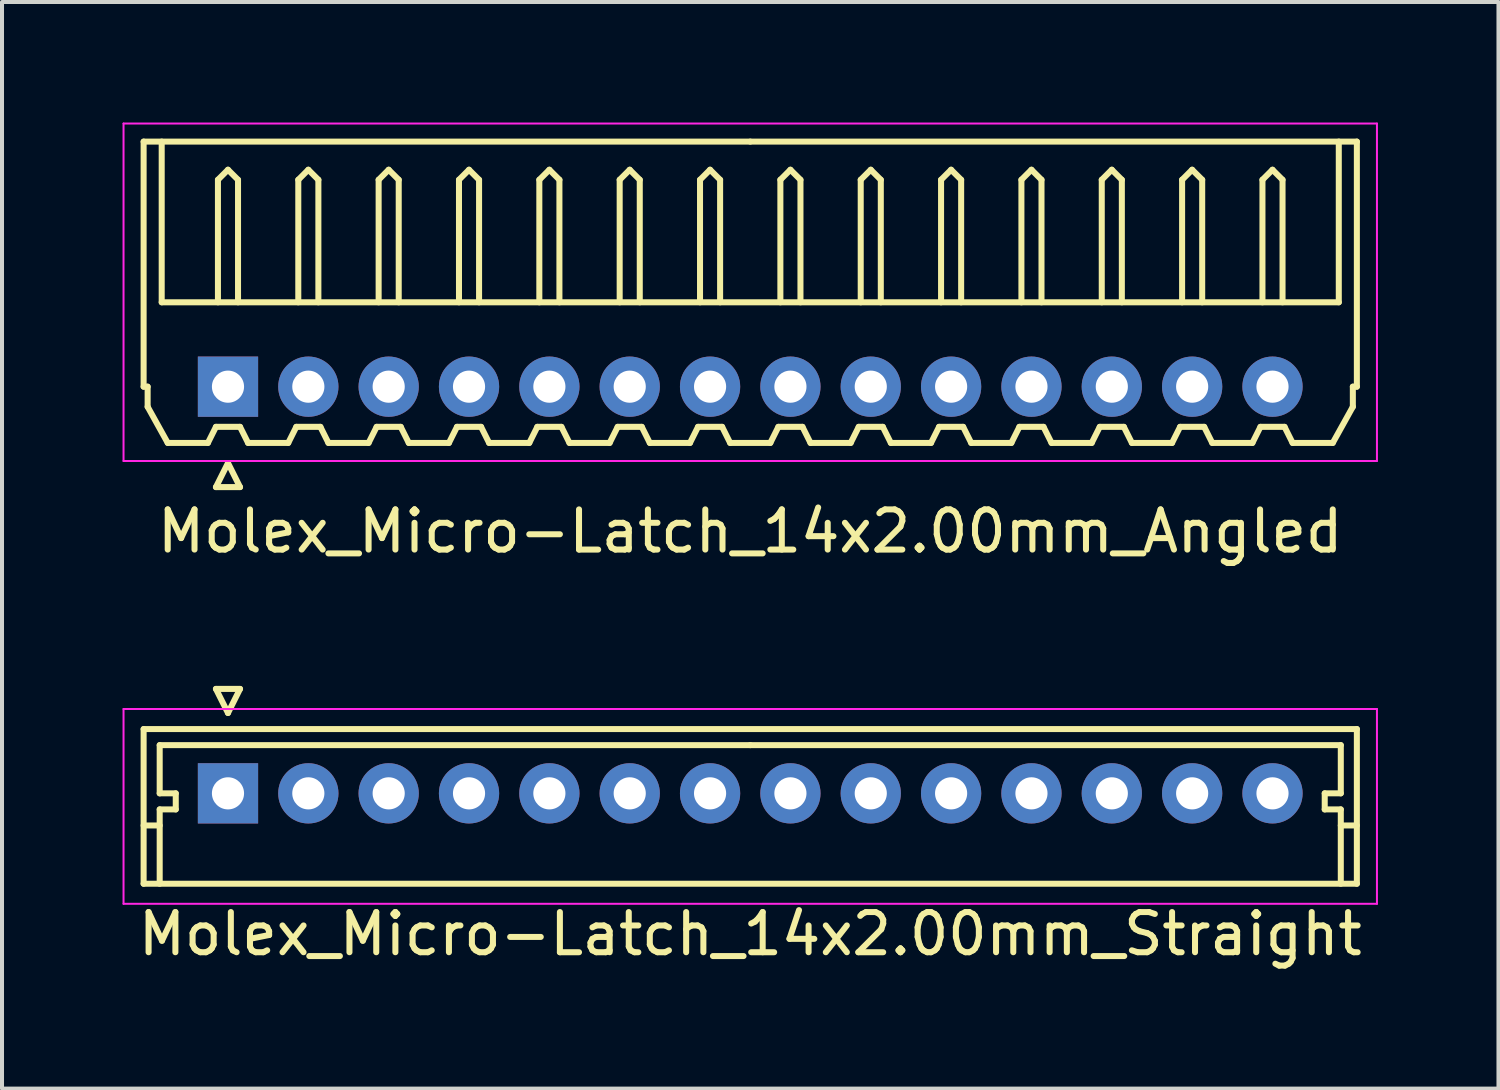
<source format=kicad_pcb>
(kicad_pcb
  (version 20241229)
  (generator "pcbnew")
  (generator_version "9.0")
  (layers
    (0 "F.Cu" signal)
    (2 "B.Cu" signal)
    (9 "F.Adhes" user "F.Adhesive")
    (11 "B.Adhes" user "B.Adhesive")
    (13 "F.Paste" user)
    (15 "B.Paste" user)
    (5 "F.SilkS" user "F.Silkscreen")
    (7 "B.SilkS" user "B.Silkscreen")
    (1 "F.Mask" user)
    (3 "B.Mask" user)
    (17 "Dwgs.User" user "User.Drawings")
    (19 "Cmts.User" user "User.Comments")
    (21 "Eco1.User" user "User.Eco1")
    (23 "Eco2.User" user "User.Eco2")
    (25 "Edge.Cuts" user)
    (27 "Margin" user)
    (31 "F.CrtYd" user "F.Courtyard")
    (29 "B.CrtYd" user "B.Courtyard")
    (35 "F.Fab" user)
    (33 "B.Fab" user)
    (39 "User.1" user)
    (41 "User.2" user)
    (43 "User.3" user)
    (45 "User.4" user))
  (footprint "Molex_Micro-Latch_14x2.00mm_Angled"
    (layer "F.Cu")
    (at 2.625 6.575)
    (property "Reference" "Molex_Micro-Latch_14x2.00mm_Angled" (at 13 3.6 0) (layer "F.SilkS") (effects (font (size 1 1) (thickness 0.15))))
    (attr through_hole)
    (fp_line (start -2.1 -6.1) (end 13 -6.1) (stroke (width 0.15) (type solid)) (layer "F.SilkS"))
    (fp_line (start -2.1 0) (end -2.1 -6.1) (stroke (width 0.15) (type solid)) (layer "F.SilkS"))
    (fp_line (start -2 0) (end -2.1 0) (stroke (width 0.15) (type solid)) (layer "F.SilkS"))
    (fp_line (start -2 0.5) (end -2 0) (stroke (width 0.15) (type solid)) (layer "F.SilkS"))
    (fp_line (start -1.65 -6.1) (end -1.65 -2.1) (stroke (width 0.15) (type solid)) (layer "F.SilkS"))
    (fp_line (start -1.65 -2.1) (end 27.65 -2.1) (stroke (width 0.15) (type solid)) (layer "F.SilkS"))
    (fp_line (start -1.5 1.4) (end -2 0.5) (stroke (width 0.15) (type solid)) (layer "F.SilkS"))
    (fp_line (start -0.5 1.4) (end -1.5 1.4) (stroke (width 0.15) (type solid)) (layer "F.SilkS"))
    (fp_line (start -0.3 1) (end -0.5 1.4) (stroke (width 0.15) (type solid)) (layer "F.SilkS"))
    (fp_line (start -0.3 1) (end 0.3 1) (stroke (width 0.15) (type solid)) (layer "F.SilkS"))
    (fp_line (start -0.3 2.5) (end 0.3 2.5) (stroke (width 0.15) (type solid)) (layer "F.SilkS"))
    (fp_line (start -0.25 -5.15) (end 0 -5.4) (stroke (width 0.15) (type solid)) (layer "F.SilkS"))
    (fp_line (start -0.25 -2.1) (end -0.25 -5.15) (stroke (width 0.15) (type solid)) (layer "F.SilkS"))
    (fp_line (start 0 -5.4) (end 0.25 -5.15) (stroke (width 0.15) (type solid)) (layer "F.SilkS"))
    (fp_line (start 0 1.9) (end -0.3 2.5) (stroke (width 0.15) (type solid)) (layer "F.SilkS"))
    (fp_line (start 0.25 -5.15) (end 0.25 -2.1) (stroke (width 0.15) (type solid)) (layer "F.SilkS"))
    (fp_line (start 0.3 1) (end 0.5 1.4) (stroke (width 0.15) (type solid)) (layer "F.SilkS"))
    (fp_line (start 0.3 2.5) (end 0 1.9) (stroke (width 0.15) (type solid)) (layer "F.SilkS"))
    (fp_line (start 0.5 1.4) (end 1.5 1.4) (stroke (width 0.15) (type solid)) (layer "F.SilkS"))
    (fp_line (start 1.5 1.4) (end 1.7 1) (stroke (width 0.15) (type solid)) (layer "F.SilkS"))
    (fp_line (start 1.7 1) (end 2.3 1) (stroke (width 0.15) (type solid)) (layer "F.SilkS"))
    (fp_line (start 1.75 -5.15) (end 2 -5.4) (stroke (width 0.15) (type solid)) (layer "F.SilkS"))
    (fp_line (start 1.75 -2.1) (end 1.75 -5.15) (stroke (width 0.15) (type solid)) (layer "F.SilkS"))
    (fp_line (start 2 -5.4) (end 2.25 -5.15) (stroke (width 0.15) (type solid)) (layer "F.SilkS"))
    (fp_line (start 2.25 -5.15) (end 2.25 -2.1) (stroke (width 0.15) (type solid)) (layer "F.SilkS"))
    (fp_line (start 2.3 1) (end 2.5 1.4) (stroke (width 0.15) (type solid)) (layer "F.SilkS"))
    (fp_line (start 2.5 1.4) (end 3.5 1.4) (stroke (width 0.15) (type solid)) (layer "F.SilkS"))
    (fp_line (start 3.5 1.4) (end 3.7 1) (stroke (width 0.15) (type solid)) (layer "F.SilkS"))
    (fp_line (start 3.7 1) (end 4.3 1) (stroke (width 0.15) (type solid)) (layer "F.SilkS"))
    (fp_line (start 3.75 -5.15) (end 4 -5.4) (stroke (width 0.15) (type solid)) (layer "F.SilkS"))
    (fp_line (start 3.75 -2.1) (end 3.75 -5.15) (stroke (width 0.15) (type solid)) (layer "F.SilkS"))
    (fp_line (start 4 -5.4) (end 4.25 -5.15) (stroke (width 0.15) (type solid)) (layer "F.SilkS"))
    (fp_line (start 4.25 -5.15) (end 4.25 -2.1) (stroke (width 0.15) (type solid)) (layer "F.SilkS"))
    (fp_line (start 4.3 1) (end 4.5 1.4) (stroke (width 0.15) (type solid)) (layer "F.SilkS"))
    (fp_line (start 4.5 1.4) (end 5.5 1.4) (stroke (width 0.15) (type solid)) (layer "F.SilkS"))
    (fp_line (start 5.5 1.4) (end 5.7 1) (stroke (width 0.15) (type solid)) (layer "F.SilkS"))
    (fp_line (start 5.7 1) (end 6.3 1) (stroke (width 0.15) (type solid)) (layer "F.SilkS"))
    (fp_line (start 5.75 -5.15) (end 6 -5.4) (stroke (width 0.15) (type solid)) (layer "F.SilkS"))
    (fp_line (start 5.75 -2.1) (end 5.75 -5.15) (stroke (width 0.15) (type solid)) (layer "F.SilkS"))
    (fp_line (start 6 -5.4) (end 6.25 -5.15) (stroke (width 0.15) (type solid)) (layer "F.SilkS"))
    (fp_line (start 6.25 -5.15) (end 6.25 -2.1) (stroke (width 0.15) (type solid)) (layer "F.SilkS"))
    (fp_line (start 6.3 1) (end 6.5 1.4) (stroke (width 0.15) (type solid)) (layer "F.SilkS"))
    (fp_line (start 6.5 1.4) (end 7.5 1.4) (stroke (width 0.15) (type solid)) (layer "F.SilkS"))
    (fp_line (start 7.5 1.4) (end 7.7 1) (stroke (width 0.15) (type solid)) (layer "F.SilkS"))
    (fp_line (start 7.7 1) (end 8.3 1) (stroke (width 0.15) (type solid)) (layer "F.SilkS"))
    (fp_line (start 7.75 -5.15) (end 8 -5.4) (stroke (width 0.15) (type solid)) (layer "F.SilkS"))
    (fp_line (start 7.75 -2.1) (end 7.75 -5.15) (stroke (width 0.15) (type solid)) (layer "F.SilkS"))
    (fp_line (start 8 -5.4) (end 8.25 -5.15) (stroke (width 0.15) (type solid)) (layer "F.SilkS"))
    (fp_line (start 8.25 -5.15) (end 8.25 -2.1) (stroke (width 0.15) (type solid)) (layer "F.SilkS"))
    (fp_line (start 8.3 1) (end 8.5 1.4) (stroke (width 0.15) (type solid)) (layer "F.SilkS"))
    (fp_line (start 8.5 1.4) (end 9.5 1.4) (stroke (width 0.15) (type solid)) (layer "F.SilkS"))
    (fp_line (start 9.5 1.4) (end 9.7 1) (stroke (width 0.15) (type solid)) (layer "F.SilkS"))
    (fp_line (start 9.7 1) (end 10.3 1) (stroke (width 0.15) (type solid)) (layer "F.SilkS"))
    (fp_line (start 9.75 -5.15) (end 10 -5.4) (stroke (width 0.15) (type solid)) (layer "F.SilkS"))
    (fp_line (start 9.75 -2.1) (end 9.75 -5.15) (stroke (width 0.15) (type solid)) (layer "F.SilkS"))
    (fp_line (start 10 -5.4) (end 10.25 -5.15) (stroke (width 0.15) (type solid)) (layer "F.SilkS"))
    (fp_line (start 10.25 -5.15) (end 10.25 -2.1) (stroke (width 0.15) (type solid)) (layer "F.SilkS"))
    (fp_line (start 10.3 1) (end 10.5 1.4) (stroke (width 0.15) (type solid)) (layer "F.SilkS"))
    (fp_line (start 10.5 1.4) (end 11.5 1.4) (stroke (width 0.15) (type solid)) (layer "F.SilkS"))
    (fp_line (start 11.5 1.4) (end 11.7 1) (stroke (width 0.15) (type solid)) (layer "F.SilkS"))
    (fp_line (start 11.7 1) (end 12.3 1) (stroke (width 0.15) (type solid)) (layer "F.SilkS"))
    (fp_line (start 11.75 -5.15) (end 12 -5.4) (stroke (width 0.15) (type solid)) (layer "F.SilkS"))
    (fp_line (start 11.75 -2.1) (end 11.75 -5.15) (stroke (width 0.15) (type solid)) (layer "F.SilkS"))
    (fp_line (start 12 -5.4) (end 12.25 -5.15) (stroke (width 0.15) (type solid)) (layer "F.SilkS"))
    (fp_line (start 12.25 -5.15) (end 12.25 -2.1) (stroke (width 0.15) (type solid)) (layer "F.SilkS"))
    (fp_line (start 12.3 1) (end 12.5 1.4) (stroke (width 0.15) (type solid)) (layer "F.SilkS"))
    (fp_line (start 12.5 1.4) (end 13.5 1.4) (stroke (width 0.15) (type solid)) (layer "F.SilkS"))
    (fp_line (start 13.5 1.4) (end 13.7 1) (stroke (width 0.15) (type solid)) (layer "F.SilkS"))
    (fp_line (start 13.7 1) (end 14.3 1) (stroke (width 0.15) (type solid)) (layer "F.SilkS"))
    (fp_line (start 13.75 -5.15) (end 14 -5.4) (stroke (width 0.15) (type solid)) (layer "F.SilkS"))
    (fp_line (start 13.75 -2.1) (end 13.75 -5.15) (stroke (width 0.15) (type solid)) (layer "F.SilkS"))
    (fp_line (start 14 -5.4) (end 14.25 -5.15) (stroke (width 0.15) (type solid)) (layer "F.SilkS"))
    (fp_line (start 14.25 -5.15) (end 14.25 -2.1) (stroke (width 0.15) (type solid)) (layer "F.SilkS"))
    (fp_line (start 14.3 1) (end 14.5 1.4) (stroke (width 0.15) (type solid)) (layer "F.SilkS"))
    (fp_line (start 14.5 1.4) (end 15.5 1.4) (stroke (width 0.15) (type solid)) (layer "F.SilkS"))
    (fp_line (start 15.5 1.4) (end 15.7 1) (stroke (width 0.15) (type solid)) (layer "F.SilkS"))
    (fp_line (start 15.7 1) (end 16.3 1) (stroke (width 0.15) (type solid)) (layer "F.SilkS"))
    (fp_line (start 15.75 -5.15) (end 16 -5.4) (stroke (width 0.15) (type solid)) (layer "F.SilkS"))
    (fp_line (start 15.75 -2.1) (end 15.75 -5.15) (stroke (width 0.15) (type solid)) (layer "F.SilkS"))
    (fp_line (start 16 -5.4) (end 16.25 -5.15) (stroke (width 0.15) (type solid)) (layer "F.SilkS"))
    (fp_line (start 16.25 -5.15) (end 16.25 -2.1) (stroke (width 0.15) (type solid)) (layer "F.SilkS"))
    (fp_line (start 16.3 1) (end 16.5 1.4) (stroke (width 0.15) (type solid)) (layer "F.SilkS"))
    (fp_line (start 16.5 1.4) (end 17.5 1.4) (stroke (width 0.15) (type solid)) (layer "F.SilkS"))
    (fp_line (start 17.5 1.4) (end 17.7 1) (stroke (width 0.15) (type solid)) (layer "F.SilkS"))
    (fp_line (start 17.7 1) (end 18.3 1) (stroke (width 0.15) (type solid)) (layer "F.SilkS"))
    (fp_line (start 17.75 -5.15) (end 18 -5.4) (stroke (width 0.15) (type solid)) (layer "F.SilkS"))
    (fp_line (start 17.75 -2.1) (end 17.75 -5.15) (stroke (width 0.15) (type solid)) (layer "F.SilkS"))
    (fp_line (start 18 -5.4) (end 18.25 -5.15) (stroke (width 0.15) (type solid)) (layer "F.SilkS"))
    (fp_line (start 18.25 -5.15) (end 18.25 -2.1) (stroke (width 0.15) (type solid)) (layer "F.SilkS"))
    (fp_line (start 18.3 1) (end 18.5 1.4) (stroke (width 0.15) (type solid)) (layer "F.SilkS"))
    (fp_line (start 18.5 1.4) (end 19.5 1.4) (stroke (width 0.15) (type solid)) (layer "F.SilkS"))
    (fp_line (start 19.5 1.4) (end 19.7 1) (stroke (width 0.15) (type solid)) (layer "F.SilkS"))
    (fp_line (start 19.7 1) (end 20.3 1) (stroke (width 0.15) (type solid)) (layer "F.SilkS"))
    (fp_line (start 19.75 -5.15) (end 20 -5.4) (stroke (width 0.15) (type solid)) (layer "F.SilkS"))
    (fp_line (start 19.75 -2.1) (end 19.75 -5.15) (stroke (width 0.15) (type solid)) (layer "F.SilkS"))
    (fp_line (start 20 -5.4) (end 20.25 -5.15) (stroke (width 0.15) (type solid)) (layer "F.SilkS"))
    (fp_line (start 20.25 -5.15) (end 20.25 -2.1) (stroke (width 0.15) (type solid)) (layer "F.SilkS"))
    (fp_line (start 20.3 1) (end 20.5 1.4) (stroke (width 0.15) (type solid)) (layer "F.SilkS"))
    (fp_line (start 20.5 1.4) (end 21.5 1.4) (stroke (width 0.15) (type solid)) (layer "F.SilkS"))
    (fp_line (start 21.5 1.4) (end 21.7 1) (stroke (width 0.15) (type solid)) (layer "F.SilkS"))
    (fp_line (start 21.7 1) (end 22.3 1) (stroke (width 0.15) (type solid)) (layer "F.SilkS"))
    (fp_line (start 21.75 -5.15) (end 22 -5.4) (stroke (width 0.15) (type solid)) (layer "F.SilkS"))
    (fp_line (start 21.75 -2.1) (end 21.75 -5.15) (stroke (width 0.15) (type solid)) (layer "F.SilkS"))
    (fp_line (start 22 -5.4) (end 22.25 -5.15) (stroke (width 0.15) (type solid)) (layer "F.SilkS"))
    (fp_line (start 22.25 -5.15) (end 22.25 -2.1) (stroke (width 0.15) (type solid)) (layer "F.SilkS"))
    (fp_line (start 22.3 1) (end 22.5 1.4) (stroke (width 0.15) (type solid)) (layer "F.SilkS"))
    (fp_line (start 22.5 1.4) (end 23.5 1.4) (stroke (width 0.15) (type solid)) (layer "F.SilkS"))
    (fp_line (start 23.5 1.4) (end 23.7 1) (stroke (width 0.15) (type solid)) (layer "F.SilkS"))
    (fp_line (start 23.7 1) (end 24.3 1) (stroke (width 0.15) (type solid)) (layer "F.SilkS"))
    (fp_line (start 23.75 -5.15) (end 24 -5.4) (stroke (width 0.15) (type solid)) (layer "F.SilkS"))
    (fp_line (start 23.75 -2.1) (end 23.75 -5.15) (stroke (width 0.15) (type solid)) (layer "F.SilkS"))
    (fp_line (start 24 -5.4) (end 24.25 -5.15) (stroke (width 0.15) (type solid)) (layer "F.SilkS"))
    (fp_line (start 24.25 -5.15) (end 24.25 -2.1) (stroke (width 0.15) (type solid)) (layer "F.SilkS"))
    (fp_line (start 24.3 1) (end 24.5 1.4) (stroke (width 0.15) (type solid)) (layer "F.SilkS"))
    (fp_line (start 24.5 1.4) (end 25.5 1.4) (stroke (width 0.15) (type solid)) (layer "F.SilkS"))
    (fp_line (start 25.5 1.4) (end 25.7 1) (stroke (width 0.15) (type solid)) (layer "F.SilkS"))
    (fp_line (start 25.7 1) (end 26.3 1) (stroke (width 0.15) (type solid)) (layer "F.SilkS"))
    (fp_line (start 25.75 -5.15) (end 26 -5.4) (stroke (width 0.15) (type solid)) (layer "F.SilkS"))
    (fp_line (start 25.75 -2.1) (end 25.75 -5.15) (stroke (width 0.15) (type solid)) (layer "F.SilkS"))
    (fp_line (start 26 -5.4) (end 26.25 -5.15) (stroke (width 0.15) (type solid)) (layer "F.SilkS"))
    (fp_line (start 26.25 -5.15) (end 26.25 -2.1) (stroke (width 0.15) (type solid)) (layer "F.SilkS"))
    (fp_line (start 26.3 1) (end 26.5 1.4) (stroke (width 0.15) (type solid)) (layer "F.SilkS"))
    (fp_line (start 26.5 1.4) (end 27.5 1.4) (stroke (width 0.15) (type solid)) (layer "F.SilkS"))
    (fp_line (start 27.5 1.4) (end 28 0.5) (stroke (width 0.15) (type solid)) (layer "F.SilkS"))
    (fp_line (start 27.65 -2.1) (end 27.65 -6.1) (stroke (width 0.15) (type solid)) (layer "F.SilkS"))
    (fp_line (start 28 0) (end 28.1 0) (stroke (width 0.15) (type solid)) (layer "F.SilkS"))
    (fp_line (start 28 0.5) (end 28 0) (stroke (width 0.15) (type solid)) (layer "F.SilkS"))
    (fp_line (start 28.1 -6.1) (end 13 -6.1) (stroke (width 0.15) (type solid)) (layer "F.SilkS"))
    (fp_line (start 28.1 0) (end 28.1 -6.1) (stroke (width 0.15) (type solid)) (layer "F.SilkS"))
    (fp_line (start -2.6 -6.55) (end -2.6 1.85) (stroke (width 0.05) (type solid)) (layer "F.CrtYd"))
    (fp_line (start -2.6 1.85) (end 28.6 1.85) (stroke (width 0.05) (type solid)) (layer "F.CrtYd"))
    (fp_line (start 28.6 -6.55) (end -2.6 -6.55) (stroke (width 0.05) (type solid)) (layer "F.CrtYd"))
    (fp_line (start 28.6 1.85) (end 28.6 -6.55) (stroke (width 0.05) (type solid)) (layer "F.CrtYd"))
    (pad "1" thru_hole rect (at 0 0) (size 1.5 1.5) (drill 0.8) (layers "*.Cu" "*.Mask"))
    (pad "2" thru_hole circle (at 2 0) (size 1.5 1.5) (drill 0.8) (layers "*.Cu" "*.Mask"))
    (pad "3" thru_hole circle (at 4 0) (size 1.5 1.5) (drill 0.8) (layers "*.Cu" "*.Mask"))
    (pad "4" thru_hole circle (at 6 0) (size 1.5 1.5) (drill 0.8) (layers "*.Cu" "*.Mask"))
    (pad "5" thru_hole circle (at 8 0) (size 1.5 1.5) (drill 0.8) (layers "*.Cu" "*.Mask"))
    (pad "6" thru_hole circle (at 10 0) (size 1.5 1.5) (drill 0.8) (layers "*.Cu" "*.Mask"))
    (pad "7" thru_hole circle (at 12 0) (size 1.5 1.5) (drill 0.8) (layers "*.Cu" "*.Mask"))
    (pad "8" thru_hole circle (at 14 0) (size 1.5 1.5) (drill 0.8) (layers "*.Cu" "*.Mask"))
    (pad "9" thru_hole circle (at 16 0) (size 1.5 1.5) (drill 0.8) (layers "*.Cu" "*.Mask"))
    (pad "10" thru_hole circle (at 18 0) (size 1.5 1.5) (drill 0.8) (layers "*.Cu" "*.Mask"))
    (pad "11" thru_hole circle (at 20 0) (size 1.5 1.5) (drill 0.8) (layers "*.Cu" "*.Mask"))
    (pad "12" thru_hole circle (at 22 0) (size 1.5 1.5) (drill 0.8) (layers "*.Cu" "*.Mask"))
    (pad "13" thru_hole circle (at 24 0) (size 1.5 1.5) (drill 0.8) (layers "*.Cu" "*.Mask"))
    (pad "14" thru_hole circle (at 26 0) (size 1.5 1.5) (drill 0.8) (layers "*.Cu" "*.Mask")))
  (footprint "Molex_Micro-Latch_14x2.00mm_Straight"
    (layer "F.Cu")
    (at 2.625 16.698)
    (property "Reference" "Molex_Micro-Latch_14x2.00mm_Straight" (at 13 3.5 0) (layer "F.SilkS") (effects (font (size 1 1) (thickness 0.15))))
    (attr through_hole)
    (fp_line (start -2.1 -1.6) (end -2.1 2.25) (stroke (width 0.15) (type solid)) (layer "F.SilkS"))
    (fp_line (start -2.1 0.8) (end -1.7 0.8) (stroke (width 0.15) (type solid)) (layer "F.SilkS"))
    (fp_line (start -2.1 2.25) (end 28.1 2.25) (stroke (width 0.15) (type solid)) (layer "F.SilkS"))
    (fp_line (start -1.7 -1.2) (end -1.7 0) (stroke (width 0.15) (type solid)) (layer "F.SilkS"))
    (fp_line (start -1.7 0) (end -1.3 0) (stroke (width 0.15) (type solid)) (layer "F.SilkS"))
    (fp_line (start -1.7 0.4) (end -1.7 2.25) (stroke (width 0.15) (type solid)) (layer "F.SilkS"))
    (fp_line (start -1.3 0) (end -1.3 0.4) (stroke (width 0.15) (type solid)) (layer "F.SilkS"))
    (fp_line (start -1.3 0.4) (end -1.7 0.4) (stroke (width 0.15) (type solid)) (layer "F.SilkS"))
    (fp_line (start -0.3 -2.6) (end 0.3 -2.6) (stroke (width 0.15) (type solid)) (layer "F.SilkS"))
    (fp_line (start 0 -2) (end -0.3 -2.6) (stroke (width 0.15) (type solid)) (layer "F.SilkS"))
    (fp_line (start 0.3 -2.6) (end 0 -2) (stroke (width 0.15) (type solid)) (layer "F.SilkS"))
    (fp_line (start 13 -1.2) (end -1.7 -1.2) (stroke (width 0.15) (type solid)) (layer "F.SilkS"))
    (fp_line (start 13 -1.2) (end 27.7 -1.2) (stroke (width 0.15) (type solid)) (layer "F.SilkS"))
    (fp_line (start 27.3 0) (end 27.3 0.4) (stroke (width 0.15) (type solid)) (layer "F.SilkS"))
    (fp_line (start 27.3 0.4) (end 27.7 0.4) (stroke (width 0.15) (type solid)) (layer "F.SilkS"))
    (fp_line (start 27.7 -1.2) (end 27.7 0) (stroke (width 0.15) (type solid)) (layer "F.SilkS"))
    (fp_line (start 27.7 0) (end 27.3 0) (stroke (width 0.15) (type solid)) (layer "F.SilkS"))
    (fp_line (start 27.7 0.4) (end 27.7 2.25) (stroke (width 0.15) (type solid)) (layer "F.SilkS"))
    (fp_line (start 28.1 -1.6) (end -2.1 -1.6) (stroke (width 0.15) (type solid)) (layer "F.SilkS"))
    (fp_line (start 28.1 0.8) (end 27.7 0.8) (stroke (width 0.15) (type solid)) (layer "F.SilkS"))
    (fp_line (start 28.1 2.25) (end 28.1 -1.6) (stroke (width 0.15) (type solid)) (layer "F.SilkS"))
    (fp_line (start -2.6 -2.1) (end -2.6 2.75) (stroke (width 0.05) (type solid)) (layer "F.CrtYd"))
    (fp_line (start -2.6 2.75) (end 28.6 2.75) (stroke (width 0.05) (type solid)) (layer "F.CrtYd"))
    (fp_line (start 28.6 -2.1) (end -2.6 -2.1) (stroke (width 0.05) (type solid)) (layer "F.CrtYd"))
    (fp_line (start 28.6 2.75) (end 28.6 -2.1) (stroke (width 0.05) (type solid)) (layer "F.CrtYd"))
    (pad "1" thru_hole rect (at 0 0) (size 1.5 1.5) (drill 0.8) (layers "*.Cu" "*.Mask"))
    (pad "2" thru_hole circle (at 2 0) (size 1.5 1.5) (drill 0.8) (layers "*.Cu" "*.Mask"))
    (pad "3" thru_hole circle (at 4 0) (size 1.5 1.5) (drill 0.8) (layers "*.Cu" "*.Mask"))
    (pad "4" thru_hole circle (at 6 0) (size 1.5 1.5) (drill 0.8) (layers "*.Cu" "*.Mask"))
    (pad "5" thru_hole circle (at 8 0) (size 1.5 1.5) (drill 0.8) (layers "*.Cu" "*.Mask"))
    (pad "6" thru_hole circle (at 10 0) (size 1.5 1.5) (drill 0.8) (layers "*.Cu" "*.Mask"))
    (pad "7" thru_hole circle (at 12 0) (size 1.5 1.5) (drill 0.8) (layers "*.Cu" "*.Mask"))
    (pad "8" thru_hole circle (at 14 0) (size 1.5 1.5) (drill 0.8) (layers "*.Cu" "*.Mask"))
    (pad "9" thru_hole circle (at 16 0) (size 1.5 1.5) (drill 0.8) (layers "*.Cu" "*.Mask"))
    (pad "10" thru_hole circle (at 18 0) (size 1.5 1.5) (drill 0.8) (layers "*.Cu" "*.Mask"))
    (pad "11" thru_hole circle (at 20 0) (size 1.5 1.5) (drill 0.8) (layers "*.Cu" "*.Mask"))
    (pad "12" thru_hole circle (at 22 0) (size 1.5 1.5) (drill 0.8) (layers "*.Cu" "*.Mask"))
    (pad "13" thru_hole circle (at 24 0) (size 1.5 1.5) (drill 0.8) (layers "*.Cu" "*.Mask"))
    (pad "14" thru_hole circle (at 26 0) (size 1.5 1.5) (drill 0.8) (layers "*.Cu" "*.Mask")))
  (gr_rect
    (start -3 -3)
    (end 34.25 24.047)
    (stroke (width 0.1) (type default))
    (fill no)
    (layer "Edge.Cuts")))
</source>
